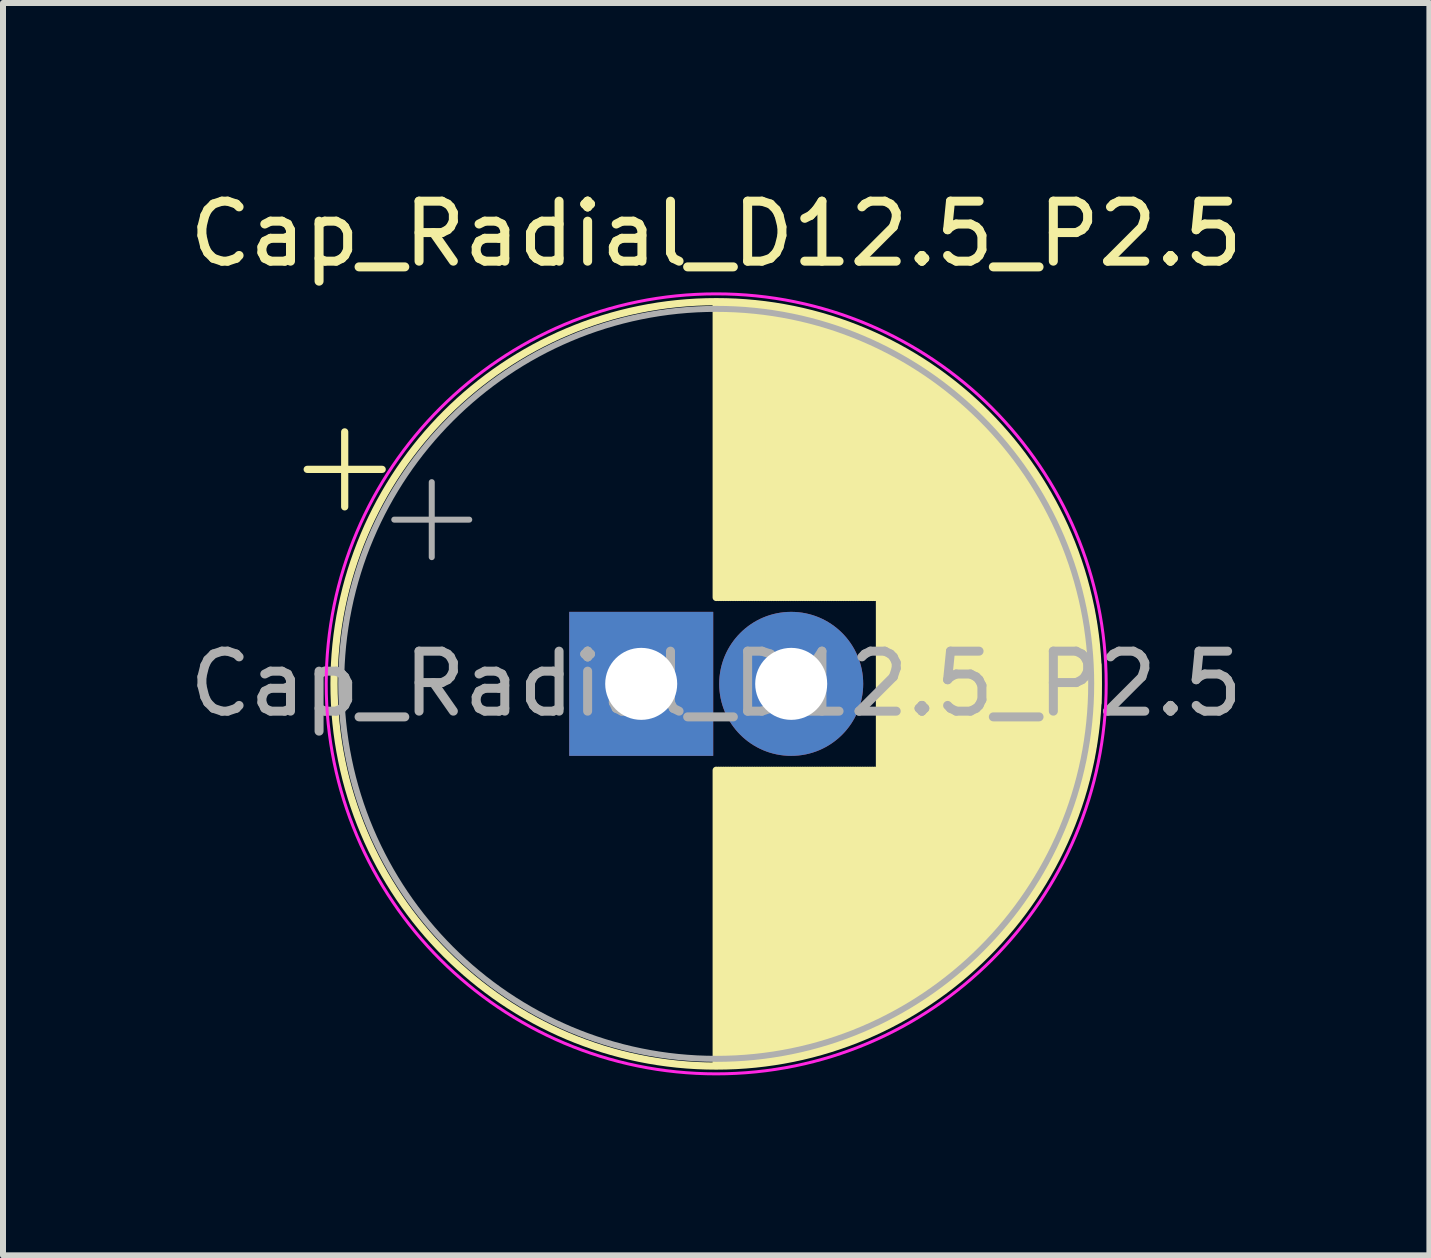
<source format=kicad_pcb>
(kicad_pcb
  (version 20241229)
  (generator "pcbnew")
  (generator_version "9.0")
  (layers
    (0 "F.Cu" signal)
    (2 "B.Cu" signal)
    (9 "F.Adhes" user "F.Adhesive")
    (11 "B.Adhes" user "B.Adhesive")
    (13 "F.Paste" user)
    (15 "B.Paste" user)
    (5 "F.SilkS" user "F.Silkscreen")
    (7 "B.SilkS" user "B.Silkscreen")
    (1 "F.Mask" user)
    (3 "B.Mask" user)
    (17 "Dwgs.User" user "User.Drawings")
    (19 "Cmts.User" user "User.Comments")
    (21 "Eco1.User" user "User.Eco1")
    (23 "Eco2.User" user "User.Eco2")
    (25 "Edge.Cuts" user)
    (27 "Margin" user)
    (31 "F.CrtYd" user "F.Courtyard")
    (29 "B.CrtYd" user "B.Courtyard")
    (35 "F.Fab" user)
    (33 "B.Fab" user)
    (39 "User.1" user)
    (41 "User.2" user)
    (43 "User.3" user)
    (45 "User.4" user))
  (footprint "Cap_Radial_D12.5_P2.5"
    (layer "F.Cu")
    (at 7.637 8.348)
    (property "Reference" "Cap_Radial_D12.5_P2.5" (at 1.25 -7.5 0) (layer "F.SilkS") (effects (font (size 1 1) (thickness 0.15))))
    (fp_line (start -5.567 -3.575) (end -4.317 -3.575) (stroke (width 0.12) (type solid)) (layer "F.SilkS"))
    (fp_line (start -4.942 -4.2) (end -4.942 -2.95) (stroke (width 0.12) (type solid)) (layer "F.SilkS"))
    (fp_line (start 1.25 -6.33) (end 1.25 -1.44) (stroke (width 0.12) (type solid)) (layer "F.SilkS"))
    (fp_line (start 1.25 1.44) (end 1.25 6.33) (stroke (width 0.12) (type solid)) (layer "F.SilkS"))
    (fp_line (start 1.29 -6.33) (end 1.29 -1.44) (stroke (width 0.12) (type solid)) (layer "F.SilkS"))
    (fp_line (start 1.29 1.44) (end 1.29 6.33) (stroke (width 0.12) (type solid)) (layer "F.SilkS"))
    (fp_line (start 1.33 -6.33) (end 1.33 -1.44) (stroke (width 0.12) (type solid)) (layer "F.SilkS"))
    (fp_line (start 1.33 1.44) (end 1.33 6.33) (stroke (width 0.12) (type solid)) (layer "F.SilkS"))
    (fp_line (start 1.37 -6.329) (end 1.37 -1.44) (stroke (width 0.12) (type solid)) (layer "F.SilkS"))
    (fp_line (start 1.37 1.44) (end 1.37 6.329) (stroke (width 0.12) (type solid)) (layer "F.SilkS"))
    (fp_line (start 1.41 -6.328) (end 1.41 -1.44) (stroke (width 0.12) (type solid)) (layer "F.SilkS"))
    (fp_line (start 1.41 1.44) (end 1.41 6.328) (stroke (width 0.12) (type solid)) (layer "F.SilkS"))
    (fp_line (start 1.45 -6.327) (end 1.45 -1.44) (stroke (width 0.12) (type solid)) (layer "F.SilkS"))
    (fp_line (start 1.45 1.44) (end 1.45 6.327) (stroke (width 0.12) (type solid)) (layer "F.SilkS"))
    (fp_line (start 1.49 -6.326) (end 1.49 -1.44) (stroke (width 0.12) (type solid)) (layer "F.SilkS"))
    (fp_line (start 1.49 1.44) (end 1.49 6.326) (stroke (width 0.12) (type solid)) (layer "F.SilkS"))
    (fp_line (start 1.53 -6.324) (end 1.53 -1.44) (stroke (width 0.12) (type solid)) (layer "F.SilkS"))
    (fp_line (start 1.53 1.44) (end 1.53 6.324) (stroke (width 0.12) (type solid)) (layer "F.SilkS"))
    (fp_line (start 1.57 -6.322) (end 1.57 -1.44) (stroke (width 0.12) (type solid)) (layer "F.SilkS"))
    (fp_line (start 1.57 1.44) (end 1.57 6.322) (stroke (width 0.12) (type solid)) (layer "F.SilkS"))
    (fp_line (start 1.61 -6.32) (end 1.61 -1.44) (stroke (width 0.12) (type solid)) (layer "F.SilkS"))
    (fp_line (start 1.61 1.44) (end 1.61 6.32) (stroke (width 0.12) (type solid)) (layer "F.SilkS"))
    (fp_line (start 1.65 -6.318) (end 1.65 -1.44) (stroke (width 0.12) (type solid)) (layer "F.SilkS"))
    (fp_line (start 1.65 1.44) (end 1.65 6.318) (stroke (width 0.12) (type solid)) (layer "F.SilkS"))
    (fp_line (start 1.69 -6.315) (end 1.69 -1.44) (stroke (width 0.12) (type solid)) (layer "F.SilkS"))
    (fp_line (start 1.69 1.44) (end 1.69 6.315) (stroke (width 0.12) (type solid)) (layer "F.SilkS"))
    (fp_line (start 1.73 -6.312) (end 1.73 -1.44) (stroke (width 0.12) (type solid)) (layer "F.SilkS"))
    (fp_line (start 1.73 1.44) (end 1.73 6.312) (stroke (width 0.12) (type solid)) (layer "F.SilkS"))
    (fp_line (start 1.77 -6.309) (end 1.77 -1.44) (stroke (width 0.12) (type solid)) (layer "F.SilkS"))
    (fp_line (start 1.77 1.44) (end 1.77 6.309) (stroke (width 0.12) (type solid)) (layer "F.SilkS"))
    (fp_line (start 1.81 -6.306) (end 1.81 -1.44) (stroke (width 0.12) (type solid)) (layer "F.SilkS"))
    (fp_line (start 1.81 1.44) (end 1.81 6.306) (stroke (width 0.12) (type solid)) (layer "F.SilkS"))
    (fp_line (start 1.85 -6.302) (end 1.85 -1.44) (stroke (width 0.12) (type solid)) (layer "F.SilkS"))
    (fp_line (start 1.85 1.44) (end 1.85 6.302) (stroke (width 0.12) (type solid)) (layer "F.SilkS"))
    (fp_line (start 1.89 -6.298) (end 1.89 -1.44) (stroke (width 0.12) (type solid)) (layer "F.SilkS"))
    (fp_line (start 1.89 1.44) (end 1.89 6.298) (stroke (width 0.12) (type solid)) (layer "F.SilkS"))
    (fp_line (start 1.93 -6.294) (end 1.93 -1.44) (stroke (width 0.12) (type solid)) (layer "F.SilkS"))
    (fp_line (start 1.93 1.44) (end 1.93 6.294) (stroke (width 0.12) (type solid)) (layer "F.SilkS"))
    (fp_line (start 1.971 -6.29) (end 1.971 -1.44) (stroke (width 0.12) (type solid)) (layer "F.SilkS"))
    (fp_line (start 1.971 1.44) (end 1.971 6.29) (stroke (width 0.12) (type solid)) (layer "F.SilkS"))
    (fp_line (start 2.011 -6.285) (end 2.011 -1.44) (stroke (width 0.12) (type solid)) (layer "F.SilkS"))
    (fp_line (start 2.011 1.44) (end 2.011 6.285) (stroke (width 0.12) (type solid)) (layer "F.SilkS"))
    (fp_line (start 2.051 -6.28) (end 2.051 -1.44) (stroke (width 0.12) (type solid)) (layer "F.SilkS"))
    (fp_line (start 2.051 1.44) (end 2.051 6.28) (stroke (width 0.12) (type solid)) (layer "F.SilkS"))
    (fp_line (start 2.091 -6.275) (end 2.091 -1.44) (stroke (width 0.12) (type solid)) (layer "F.SilkS"))
    (fp_line (start 2.091 1.44) (end 2.091 6.275) (stroke (width 0.12) (type solid)) (layer "F.SilkS"))
    (fp_line (start 2.131 -6.269) (end 2.131 -1.44) (stroke (width 0.12) (type solid)) (layer "F.SilkS"))
    (fp_line (start 2.131 1.44) (end 2.131 6.269) (stroke (width 0.12) (type solid)) (layer "F.SilkS"))
    (fp_line (start 2.171 -6.264) (end 2.171 -1.44) (stroke (width 0.12) (type solid)) (layer "F.SilkS"))
    (fp_line (start 2.171 1.44) (end 2.171 6.264) (stroke (width 0.12) (type solid)) (layer "F.SilkS"))
    (fp_line (start 2.211 -6.258) (end 2.211 -1.44) (stroke (width 0.12) (type solid)) (layer "F.SilkS"))
    (fp_line (start 2.211 1.44) (end 2.211 6.258) (stroke (width 0.12) (type solid)) (layer "F.SilkS"))
    (fp_line (start 2.251 -6.252) (end 2.251 -1.44) (stroke (width 0.12) (type solid)) (layer "F.SilkS"))
    (fp_line (start 2.251 1.44) (end 2.251 6.252) (stroke (width 0.12) (type solid)) (layer "F.SilkS"))
    (fp_line (start 2.291 -6.245) (end 2.291 -1.44) (stroke (width 0.12) (type solid)) (layer "F.SilkS"))
    (fp_line (start 2.291 1.44) (end 2.291 6.245) (stroke (width 0.12) (type solid)) (layer "F.SilkS"))
    (fp_line (start 2.331 -6.238) (end 2.331 -1.44) (stroke (width 0.12) (type solid)) (layer "F.SilkS"))
    (fp_line (start 2.331 1.44) (end 2.331 6.238) (stroke (width 0.12) (type solid)) (layer "F.SilkS"))
    (fp_line (start 2.371 -6.231) (end 2.371 -1.44) (stroke (width 0.12) (type solid)) (layer "F.SilkS"))
    (fp_line (start 2.371 1.44) (end 2.371 6.231) (stroke (width 0.12) (type solid)) (layer "F.SilkS"))
    (fp_line (start 2.411 -6.224) (end 2.411 -1.44) (stroke (width 0.12) (type solid)) (layer "F.SilkS"))
    (fp_line (start 2.411 1.44) (end 2.411 6.224) (stroke (width 0.12) (type solid)) (layer "F.SilkS"))
    (fp_line (start 2.451 -6.216) (end 2.451 -1.44) (stroke (width 0.12) (type solid)) (layer "F.SilkS"))
    (fp_line (start 2.451 1.44) (end 2.451 6.216) (stroke (width 0.12) (type solid)) (layer "F.SilkS"))
    (fp_line (start 2.491 -6.209) (end 2.491 -1.44) (stroke (width 0.12) (type solid)) (layer "F.SilkS"))
    (fp_line (start 2.491 1.44) (end 2.491 6.209) (stroke (width 0.12) (type solid)) (layer "F.SilkS"))
    (fp_line (start 2.531 -6.201) (end 2.531 -1.44) (stroke (width 0.12) (type solid)) (layer "F.SilkS"))
    (fp_line (start 2.531 1.44) (end 2.531 6.201) (stroke (width 0.12) (type solid)) (layer "F.SilkS"))
    (fp_line (start 2.571 -6.192) (end 2.571 -1.44) (stroke (width 0.12) (type solid)) (layer "F.SilkS"))
    (fp_line (start 2.571 1.44) (end 2.571 6.192) (stroke (width 0.12) (type solid)) (layer "F.SilkS"))
    (fp_line (start 2.611 -6.184) (end 2.611 -1.44) (stroke (width 0.12) (type solid)) (layer "F.SilkS"))
    (fp_line (start 2.611 1.44) (end 2.611 6.184) (stroke (width 0.12) (type solid)) (layer "F.SilkS"))
    (fp_line (start 2.651 -6.175) (end 2.651 -1.44) (stroke (width 0.12) (type solid)) (layer "F.SilkS"))
    (fp_line (start 2.651 1.44) (end 2.651 6.175) (stroke (width 0.12) (type solid)) (layer "F.SilkS"))
    (fp_line (start 2.691 -6.166) (end 2.691 -1.44) (stroke (width 0.12) (type solid)) (layer "F.SilkS"))
    (fp_line (start 2.691 1.44) (end 2.691 6.166) (stroke (width 0.12) (type solid)) (layer "F.SilkS"))
    (fp_line (start 2.731 -6.156) (end 2.731 -1.44) (stroke (width 0.12) (type solid)) (layer "F.SilkS"))
    (fp_line (start 2.731 1.44) (end 2.731 6.156) (stroke (width 0.12) (type solid)) (layer "F.SilkS"))
    (fp_line (start 2.771 -6.146) (end 2.771 -1.44) (stroke (width 0.12) (type solid)) (layer "F.SilkS"))
    (fp_line (start 2.771 1.44) (end 2.771 6.146) (stroke (width 0.12) (type solid)) (layer "F.SilkS"))
    (fp_line (start 2.811 -6.137) (end 2.811 -1.44) (stroke (width 0.12) (type solid)) (layer "F.SilkS"))
    (fp_line (start 2.811 1.44) (end 2.811 6.137) (stroke (width 0.12) (type solid)) (layer "F.SilkS"))
    (fp_line (start 2.851 -6.126) (end 2.851 -1.44) (stroke (width 0.12) (type solid)) (layer "F.SilkS"))
    (fp_line (start 2.851 1.44) (end 2.851 6.126) (stroke (width 0.12) (type solid)) (layer "F.SilkS"))
    (fp_line (start 2.891 -6.116) (end 2.891 -1.44) (stroke (width 0.12) (type solid)) (layer "F.SilkS"))
    (fp_line (start 2.891 1.44) (end 2.891 6.116) (stroke (width 0.12) (type solid)) (layer "F.SilkS"))
    (fp_line (start 2.931 -6.105) (end 2.931 -1.44) (stroke (width 0.12) (type solid)) (layer "F.SilkS"))
    (fp_line (start 2.931 1.44) (end 2.931 6.105) (stroke (width 0.12) (type solid)) (layer "F.SilkS"))
    (fp_line (start 2.971 -6.094) (end 2.971 -1.44) (stroke (width 0.12) (type solid)) (layer "F.SilkS"))
    (fp_line (start 2.971 1.44) (end 2.971 6.094) (stroke (width 0.12) (type solid)) (layer "F.SilkS"))
    (fp_line (start 3.011 -6.083) (end 3.011 -1.44) (stroke (width 0.12) (type solid)) (layer "F.SilkS"))
    (fp_line (start 3.011 1.44) (end 3.011 6.083) (stroke (width 0.12) (type solid)) (layer "F.SilkS"))
    (fp_line (start 3.051 -6.071) (end 3.051 -1.44) (stroke (width 0.12) (type solid)) (layer "F.SilkS"))
    (fp_line (start 3.051 1.44) (end 3.051 6.071) (stroke (width 0.12) (type solid)) (layer "F.SilkS"))
    (fp_line (start 3.091 -6.059) (end 3.091 -1.44) (stroke (width 0.12) (type solid)) (layer "F.SilkS"))
    (fp_line (start 3.091 1.44) (end 3.091 6.059) (stroke (width 0.12) (type solid)) (layer "F.SilkS"))
    (fp_line (start 3.131 -6.047) (end 3.131 -1.44) (stroke (width 0.12) (type solid)) (layer "F.SilkS"))
    (fp_line (start 3.131 1.44) (end 3.131 6.047) (stroke (width 0.12) (type solid)) (layer "F.SilkS"))
    (fp_line (start 3.171 -6.034) (end 3.171 -1.44) (stroke (width 0.12) (type solid)) (layer "F.SilkS"))
    (fp_line (start 3.171 1.44) (end 3.171 6.034) (stroke (width 0.12) (type solid)) (layer "F.SilkS"))
    (fp_line (start 3.211 -6.021) (end 3.211 -1.44) (stroke (width 0.12) (type solid)) (layer "F.SilkS"))
    (fp_line (start 3.211 1.44) (end 3.211 6.021) (stroke (width 0.12) (type solid)) (layer "F.SilkS"))
    (fp_line (start 3.251 -6.008) (end 3.251 -1.44) (stroke (width 0.12) (type solid)) (layer "F.SilkS"))
    (fp_line (start 3.251 1.44) (end 3.251 6.008) (stroke (width 0.12) (type solid)) (layer "F.SilkS"))
    (fp_line (start 3.291 -5.995) (end 3.291 -1.44) (stroke (width 0.12) (type solid)) (layer "F.SilkS"))
    (fp_line (start 3.291 1.44) (end 3.291 5.995) (stroke (width 0.12) (type solid)) (layer "F.SilkS"))
    (fp_line (start 3.331 -5.981) (end 3.331 -1.44) (stroke (width 0.12) (type solid)) (layer "F.SilkS"))
    (fp_line (start 3.331 1.44) (end 3.331 5.981) (stroke (width 0.12) (type solid)) (layer "F.SilkS"))
    (fp_line (start 3.371 -5.967) (end 3.371 -1.44) (stroke (width 0.12) (type solid)) (layer "F.SilkS"))
    (fp_line (start 3.371 1.44) (end 3.371 5.967) (stroke (width 0.12) (type solid)) (layer "F.SilkS"))
    (fp_line (start 3.411 -5.953) (end 3.411 -1.44) (stroke (width 0.12) (type solid)) (layer "F.SilkS"))
    (fp_line (start 3.411 1.44) (end 3.411 5.953) (stroke (width 0.12) (type solid)) (layer "F.SilkS"))
    (fp_line (start 3.451 -5.939) (end 3.451 -1.44) (stroke (width 0.12) (type solid)) (layer "F.SilkS"))
    (fp_line (start 3.451 1.44) (end 3.451 5.939) (stroke (width 0.12) (type solid)) (layer "F.SilkS"))
    (fp_line (start 3.491 -5.924) (end 3.491 -1.44) (stroke (width 0.12) (type solid)) (layer "F.SilkS"))
    (fp_line (start 3.491 1.44) (end 3.491 5.924) (stroke (width 0.12) (type solid)) (layer "F.SilkS"))
    (fp_line (start 3.531 -5.908) (end 3.531 -1.44) (stroke (width 0.12) (type solid)) (layer "F.SilkS"))
    (fp_line (start 3.531 1.44) (end 3.531 5.908) (stroke (width 0.12) (type solid)) (layer "F.SilkS"))
    (fp_line (start 3.571 -5.893) (end 3.571 -1.44) (stroke (width 0.12) (type solid)) (layer "F.SilkS"))
    (fp_line (start 3.571 1.44) (end 3.571 5.893) (stroke (width 0.12) (type solid)) (layer "F.SilkS"))
    (fp_line (start 3.611 -5.877) (end 3.611 -1.44) (stroke (width 0.12) (type solid)) (layer "F.SilkS"))
    (fp_line (start 3.611 1.44) (end 3.611 5.877) (stroke (width 0.12) (type solid)) (layer "F.SilkS"))
    (fp_line (start 3.651 -5.861) (end 3.651 -1.44) (stroke (width 0.12) (type solid)) (layer "F.SilkS"))
    (fp_line (start 3.651 1.44) (end 3.651 5.861) (stroke (width 0.12) (type solid)) (layer "F.SilkS"))
    (fp_line (start 3.691 -5.845) (end 3.691 -1.44) (stroke (width 0.12) (type solid)) (layer "F.SilkS"))
    (fp_line (start 3.691 1.44) (end 3.691 5.845) (stroke (width 0.12) (type solid)) (layer "F.SilkS"))
    (fp_line (start 3.731 -5.828) (end 3.731 -1.44) (stroke (width 0.12) (type solid)) (layer "F.SilkS"))
    (fp_line (start 3.731 1.44) (end 3.731 5.828) (stroke (width 0.12) (type solid)) (layer "F.SilkS"))
    (fp_line (start 3.771 -5.811) (end 3.771 -1.44) (stroke (width 0.12) (type solid)) (layer "F.SilkS"))
    (fp_line (start 3.771 1.44) (end 3.771 5.811) (stroke (width 0.12) (type solid)) (layer "F.SilkS"))
    (fp_line (start 3.811 -5.793) (end 3.811 -1.44) (stroke (width 0.12) (type solid)) (layer "F.SilkS"))
    (fp_line (start 3.811 1.44) (end 3.811 5.793) (stroke (width 0.12) (type solid)) (layer "F.SilkS"))
    (fp_line (start 3.851 -5.776) (end 3.851 -1.44) (stroke (width 0.12) (type solid)) (layer "F.SilkS"))
    (fp_line (start 3.851 1.44) (end 3.851 5.776) (stroke (width 0.12) (type solid)) (layer "F.SilkS"))
    (fp_line (start 3.891 -5.758) (end 3.891 -1.44) (stroke (width 0.12) (type solid)) (layer "F.SilkS"))
    (fp_line (start 3.891 1.44) (end 3.891 5.758) (stroke (width 0.12) (type solid)) (layer "F.SilkS"))
    (fp_line (start 3.931 -5.739) (end 3.931 -1.44) (stroke (width 0.12) (type solid)) (layer "F.SilkS"))
    (fp_line (start 3.931 1.44) (end 3.931 5.739) (stroke (width 0.12) (type solid)) (layer "F.SilkS"))
    (fp_line (start 3.971 -5.721) (end 3.971 5.721) (stroke (width 0.12) (type solid)) (layer "F.SilkS"))
    (fp_line (start 4.011 -5.702) (end 4.011 5.702) (stroke (width 0.12) (type solid)) (layer "F.SilkS"))
    (fp_line (start 4.051 -5.682) (end 4.051 5.682) (stroke (width 0.12) (type solid)) (layer "F.SilkS"))
    (fp_line (start 4.091 -5.662) (end 4.091 5.662) (stroke (width 0.12) (type solid)) (layer "F.SilkS"))
    (fp_line (start 4.131 -5.642) (end 4.131 5.642) (stroke (width 0.12) (type solid)) (layer "F.SilkS"))
    (fp_line (start 4.171 -5.622) (end 4.171 5.622) (stroke (width 0.12) (type solid)) (layer "F.SilkS"))
    (fp_line (start 4.211 -5.601) (end 4.211 5.601) (stroke (width 0.12) (type solid)) (layer "F.SilkS"))
    (fp_line (start 4.251 -5.58) (end 4.251 5.58) (stroke (width 0.12) (type solid)) (layer "F.SilkS"))
    (fp_line (start 4.291 -5.558) (end 4.291 5.558) (stroke (width 0.12) (type solid)) (layer "F.SilkS"))
    (fp_line (start 4.331 -5.536) (end 4.331 5.536) (stroke (width 0.12) (type solid)) (layer "F.SilkS"))
    (fp_line (start 4.371 -5.514) (end 4.371 5.514) (stroke (width 0.12) (type solid)) (layer "F.SilkS"))
    (fp_line (start 4.411 -5.491) (end 4.411 5.491) (stroke (width 0.12) (type solid)) (layer "F.SilkS"))
    (fp_line (start 4.451 -5.468) (end 4.451 5.468) (stroke (width 0.12) (type solid)) (layer "F.SilkS"))
    (fp_line (start 4.491 -5.445) (end 4.491 5.445) (stroke (width 0.12) (type solid)) (layer "F.SilkS"))
    (fp_line (start 4.531 -5.421) (end 4.531 5.421) (stroke (width 0.12) (type solid)) (layer "F.SilkS"))
    (fp_line (start 4.571 -5.397) (end 4.571 5.397) (stroke (width 0.12) (type solid)) (layer "F.SilkS"))
    (fp_line (start 4.611 -5.372) (end 4.611 5.372) (stroke (width 0.12) (type solid)) (layer "F.SilkS"))
    (fp_line (start 4.651 -5.347) (end 4.651 5.347) (stroke (width 0.12) (type solid)) (layer "F.SilkS"))
    (fp_line (start 4.691 -5.322) (end 4.691 5.322) (stroke (width 0.12) (type solid)) (layer "F.SilkS"))
    (fp_line (start 4.731 -5.296) (end 4.731 5.296) (stroke (width 0.12) (type solid)) (layer "F.SilkS"))
    (fp_line (start 4.771 -5.27) (end 4.771 5.27) (stroke (width 0.12) (type solid)) (layer "F.SilkS"))
    (fp_line (start 4.811 -5.243) (end 4.811 5.243) (stroke (width 0.12) (type solid)) (layer "F.SilkS"))
    (fp_line (start 4.851 -5.216) (end 4.851 5.216) (stroke (width 0.12) (type solid)) (layer "F.SilkS"))
    (fp_line (start 4.891 -5.188) (end 4.891 5.188) (stroke (width 0.12) (type solid)) (layer "F.SilkS"))
    (fp_line (start 4.931 -5.16) (end 4.931 5.16) (stroke (width 0.12) (type solid)) (layer "F.SilkS"))
    (fp_line (start 4.971 -5.131) (end 4.971 5.131) (stroke (width 0.12) (type solid)) (layer "F.SilkS"))
    (fp_line (start 5.011 -5.102) (end 5.011 5.102) (stroke (width 0.12) (type solid)) (layer "F.SilkS"))
    (fp_line (start 5.051 -5.073) (end 5.051 5.073) (stroke (width 0.12) (type solid)) (layer "F.SilkS"))
    (fp_line (start 5.091 -5.043) (end 5.091 5.043) (stroke (width 0.12) (type solid)) (layer "F.SilkS"))
    (fp_line (start 5.131 -5.012) (end 5.131 5.012) (stroke (width 0.12) (type solid)) (layer "F.SilkS"))
    (fp_line (start 5.171 -4.982) (end 5.171 4.982) (stroke (width 0.12) (type solid)) (layer "F.SilkS"))
    (fp_line (start 5.211 -4.95) (end 5.211 4.95) (stroke (width 0.12) (type solid)) (layer "F.SilkS"))
    (fp_line (start 5.251 -4.918) (end 5.251 4.918) (stroke (width 0.12) (type solid)) (layer "F.SilkS"))
    (fp_line (start 5.291 -4.885) (end 5.291 4.885) (stroke (width 0.12) (type solid)) (layer "F.SilkS"))
    (fp_line (start 5.331 -4.852) (end 5.331 4.852) (stroke (width 0.12) (type solid)) (layer "F.SilkS"))
    (fp_line (start 5.371 -4.819) (end 5.371 4.819) (stroke (width 0.12) (type solid)) (layer "F.SilkS"))
    (fp_line (start 5.411 -4.785) (end 5.411 4.785) (stroke (width 0.12) (type solid)) (layer "F.SilkS"))
    (fp_line (start 5.451 -4.75) (end 5.451 4.75) (stroke (width 0.12) (type solid)) (layer "F.SilkS"))
    (fp_line (start 5.491 -4.714) (end 5.491 4.714) (stroke (width 0.12) (type solid)) (layer "F.SilkS"))
    (fp_line (start 5.531 -4.678) (end 5.531 4.678) (stroke (width 0.12) (type solid)) (layer "F.SilkS"))
    (fp_line (start 5.571 -4.642) (end 5.571 4.642) (stroke (width 0.12) (type solid)) (layer "F.SilkS"))
    (fp_line (start 5.611 -4.605) (end 5.611 4.605) (stroke (width 0.12) (type solid)) (layer "F.SilkS"))
    (fp_line (start 5.651 -4.567) (end 5.651 4.567) (stroke (width 0.12) (type solid)) (layer "F.SilkS"))
    (fp_line (start 5.691 -4.528) (end 5.691 4.528) (stroke (width 0.12) (type solid)) (layer "F.SilkS"))
    (fp_line (start 5.731 -4.489) (end 5.731 4.489) (stroke (width 0.12) (type solid)) (layer "F.SilkS"))
    (fp_line (start 5.771 -4.449) (end 5.771 4.449) (stroke (width 0.12) (type solid)) (layer "F.SilkS"))
    (fp_line (start 5.811 -4.408) (end 5.811 4.408) (stroke (width 0.12) (type solid)) (layer "F.SilkS"))
    (fp_line (start 5.851 -4.367) (end 5.851 4.367) (stroke (width 0.12) (type solid)) (layer "F.SilkS"))
    (fp_line (start 5.891 -4.325) (end 5.891 4.325) (stroke (width 0.12) (type solid)) (layer "F.SilkS"))
    (fp_line (start 5.931 -4.282) (end 5.931 4.282) (stroke (width 0.12) (type solid)) (layer "F.SilkS"))
    (fp_line (start 5.971 -4.238) (end 5.971 4.238) (stroke (width 0.12) (type solid)) (layer "F.SilkS"))
    (fp_line (start 6.011 -4.194) (end 6.011 4.194) (stroke (width 0.12) (type solid)) (layer "F.SilkS"))
    (fp_line (start 6.051 -4.148) (end 6.051 4.148) (stroke (width 0.12) (type solid)) (layer "F.SilkS"))
    (fp_line (start 6.091 -4.102) (end 6.091 4.102) (stroke (width 0.12) (type solid)) (layer "F.SilkS"))
    (fp_line (start 6.131 -4.055) (end 6.131 4.055) (stroke (width 0.12) (type solid)) (layer "F.SilkS"))
    (fp_line (start 6.171 -4.007) (end 6.171 4.007) (stroke (width 0.12) (type solid)) (layer "F.SilkS"))
    (fp_line (start 6.211 -3.957) (end 6.211 3.957) (stroke (width 0.12) (type solid)) (layer "F.SilkS"))
    (fp_line (start 6.251 -3.907) (end 6.251 3.907) (stroke (width 0.12) (type solid)) (layer "F.SilkS"))
    (fp_line (start 6.291 -3.856) (end 6.291 3.856) (stroke (width 0.12) (type solid)) (layer "F.SilkS"))
    (fp_line (start 6.331 -3.804) (end 6.331 3.804) (stroke (width 0.12) (type solid)) (layer "F.SilkS"))
    (fp_line (start 6.371 -3.75) (end 6.371 3.75) (stroke (width 0.12) (type solid)) (layer "F.SilkS"))
    (fp_line (start 6.411 -3.696) (end 6.411 3.696) (stroke (width 0.12) (type solid)) (layer "F.SilkS"))
    (fp_line (start 6.451 -3.64) (end 6.451 3.64) (stroke (width 0.12) (type solid)) (layer "F.SilkS"))
    (fp_line (start 6.491 -3.583) (end 6.491 3.583) (stroke (width 0.12) (type solid)) (layer "F.SilkS"))
    (fp_line (start 6.531 -3.524) (end 6.531 3.524) (stroke (width 0.12) (type solid)) (layer "F.SilkS"))
    (fp_line (start 6.571 -3.464) (end 6.571 3.464) (stroke (width 0.12) (type solid)) (layer "F.SilkS"))
    (fp_line (start 6.611 -3.402) (end 6.611 3.402) (stroke (width 0.12) (type solid)) (layer "F.SilkS"))
    (fp_line (start 6.651 -3.339) (end 6.651 3.339) (stroke (width 0.12) (type solid)) (layer "F.SilkS"))
    (fp_line (start 6.691 -3.275) (end 6.691 3.275) (stroke (width 0.12) (type solid)) (layer "F.SilkS"))
    (fp_line (start 6.731 -3.208) (end 6.731 3.208) (stroke (width 0.12) (type solid)) (layer "F.SilkS"))
    (fp_line (start 6.771 -3.14) (end 6.771 3.14) (stroke (width 0.12) (type solid)) (layer "F.SilkS"))
    (fp_line (start 6.811 -3.069) (end 6.811 3.069) (stroke (width 0.12) (type solid)) (layer "F.SilkS"))
    (fp_line (start 6.851 -2.996) (end 6.851 2.996) (stroke (width 0.12) (type solid)) (layer "F.SilkS"))
    (fp_line (start 6.891 -2.921) (end 6.891 2.921) (stroke (width 0.12) (type solid)) (layer "F.SilkS"))
    (fp_line (start 6.931 -2.844) (end 6.931 2.844) (stroke (width 0.12) (type solid)) (layer "F.SilkS"))
    (fp_line (start 6.971 -2.764) (end 6.971 2.764) (stroke (width 0.12) (type solid)) (layer "F.SilkS"))
    (fp_line (start 7.011 -2.681) (end 7.011 2.681) (stroke (width 0.12) (type solid)) (layer "F.SilkS"))
    (fp_line (start 7.051 -2.594) (end 7.051 2.594) (stroke (width 0.12) (type solid)) (layer "F.SilkS"))
    (fp_line (start 7.091 -2.504) (end 7.091 2.504) (stroke (width 0.12) (type solid)) (layer "F.SilkS"))
    (fp_line (start 7.131 -2.41) (end 7.131 2.41) (stroke (width 0.12) (type solid)) (layer "F.SilkS"))
    (fp_line (start 7.171 -2.312) (end 7.171 2.312) (stroke (width 0.12) (type solid)) (layer "F.SilkS"))
    (fp_line (start 7.211 -2.209) (end 7.211 2.209) (stroke (width 0.12) (type solid)) (layer "F.SilkS"))
    (fp_line (start 7.251 -2.1) (end 7.251 2.1) (stroke (width 0.12) (type solid)) (layer "F.SilkS"))
    (fp_line (start 7.291 -1.984) (end 7.291 1.984) (stroke (width 0.12) (type solid)) (layer "F.SilkS"))
    (fp_line (start 7.331 -1.861) (end 7.331 1.861) (stroke (width 0.12) (type solid)) (layer "F.SilkS"))
    (fp_line (start 7.371 -1.728) (end 7.371 1.728) (stroke (width 0.12) (type solid)) (layer "F.SilkS"))
    (fp_line (start 7.411 -1.583) (end 7.411 1.583) (stroke (width 0.12) (type solid)) (layer "F.SilkS"))
    (fp_line (start 7.451 -1.422) (end 7.451 1.422) (stroke (width 0.12) (type solid)) (layer "F.SilkS"))
    (fp_line (start 7.491 -1.241) (end 7.491 1.241) (stroke (width 0.12) (type solid)) (layer "F.SilkS"))
    (fp_line (start 7.531 -1.028) (end 7.531 1.028) (stroke (width 0.12) (type solid)) (layer "F.SilkS"))
    (fp_line (start 7.571 -0.757) (end 7.571 0.757) (stroke (width 0.12) (type solid)) (layer "F.SilkS"))
    (fp_line (start 7.611 -0.317) (end 7.611 0.317) (stroke (width 0.12) (type solid)) (layer "F.SilkS"))
    (fp_circle (center 1.25 0) (end 7.62 0) (stroke (width 0.12) (type solid)) (fill no) (layer "F.SilkS"))
    (fp_circle (center 1.25 0) (end 7.75 0) (stroke (width 0.05) (type solid)) (fill no) (layer "F.CrtYd"))
    (fp_line (start -4.116 -2.737) (end -2.866 -2.737) (stroke (width 0.1) (type solid)) (layer "F.Fab"))
    (fp_line (start -3.491 -3.362) (end -3.491 -2.112) (stroke (width 0.1) (type solid)) (layer "F.Fab"))
    (fp_circle (center 1.25 0) (end 7.5 0) (stroke (width 0.1) (type solid)) (fill no) (layer "F.Fab"))
    (fp_text user "${REFERENCE}" (at 1.25 0 0) (layer "F.Fab") (effects (font (size 1 1) (thickness 0.15))))
    (pad "1" thru_hole rect (at 0 0) (size 2.4 2.4) (drill 1.2) (layers "*.Cu" "*.Mask"))
    (pad "2" thru_hole circle (at 2.5 0) (size 2.4 2.4) (drill 1.2) (layers "*.Cu" "*.Mask")))
  (gr_rect
    (start -3 -3)
    (end 20.774 17.873)
    (stroke (width 0.1) (type default))
    (fill no)
    (layer "Edge.Cuts")))
</source>
